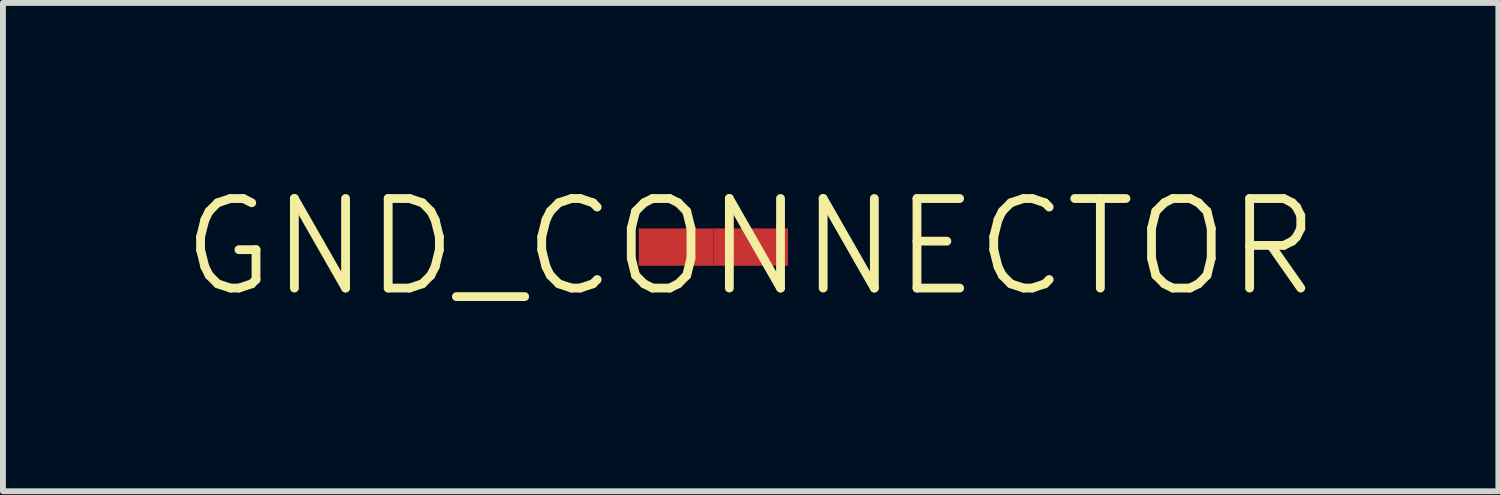
<source format=kicad_pcb>
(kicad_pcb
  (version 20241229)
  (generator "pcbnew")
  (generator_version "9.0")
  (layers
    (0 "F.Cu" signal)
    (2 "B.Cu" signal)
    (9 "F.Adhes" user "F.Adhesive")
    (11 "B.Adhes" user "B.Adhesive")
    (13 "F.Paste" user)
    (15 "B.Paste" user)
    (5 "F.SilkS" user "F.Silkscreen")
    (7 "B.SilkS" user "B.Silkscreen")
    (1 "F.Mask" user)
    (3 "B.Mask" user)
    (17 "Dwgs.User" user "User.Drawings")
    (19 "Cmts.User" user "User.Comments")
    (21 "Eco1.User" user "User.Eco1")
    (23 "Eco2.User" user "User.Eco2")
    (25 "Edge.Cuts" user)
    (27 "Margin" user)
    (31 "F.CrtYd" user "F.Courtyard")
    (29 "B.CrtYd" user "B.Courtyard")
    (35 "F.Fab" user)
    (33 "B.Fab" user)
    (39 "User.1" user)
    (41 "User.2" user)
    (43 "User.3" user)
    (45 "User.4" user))
  (footprint "GND_CONNECTOR"
    (layer "F.Cu")
    (at 9.725 1.155)
    (property "Reference" "GND_CONNECTOR" (at 0 0 0) (layer "F.SilkS") (effects (font (size 1.524 1.524) (thickness 0.15))))
    (attr smd)
    (pad "1" smd rect (at -1.27 0) (size 1.27 0.635) (layers "F.Cu" "F.Mask" "F.Paste"))
    (pad "2" smd rect (at 0 0) (size 1.27 0.635) (layers "F.Cu" "F.Mask" "F.Paste")))
  (gr_rect
    (start -3 -3)
    (end 22.449 5.31)
    (stroke (width 0.1) (type default))
    (fill no)
    (layer "Edge.Cuts")))
</source>
